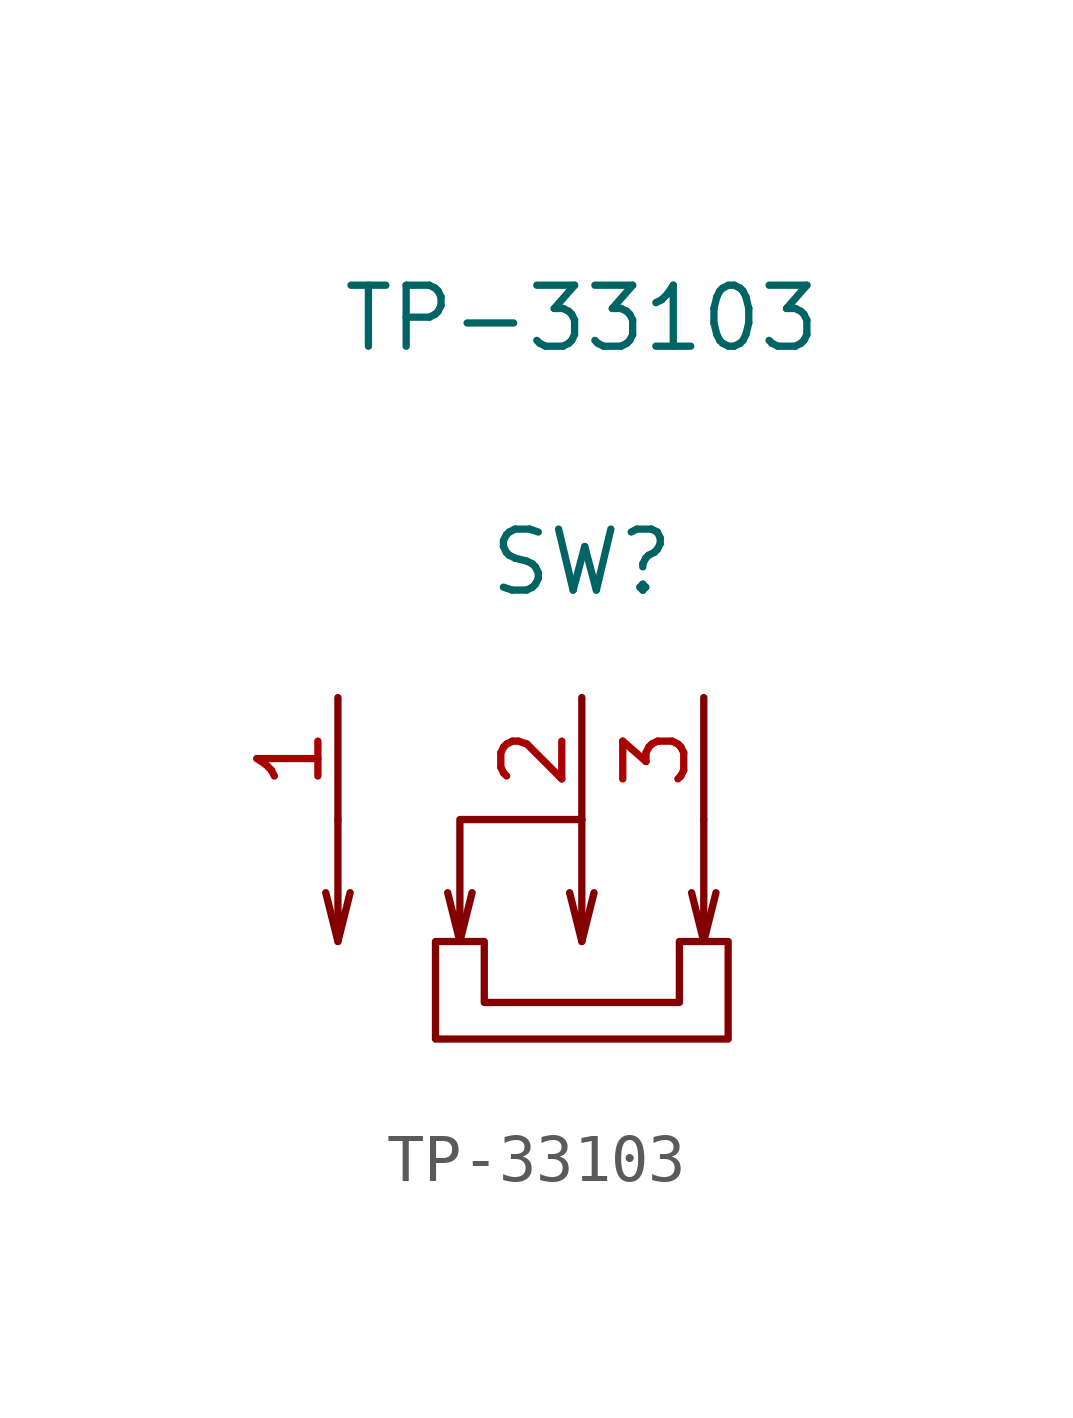
<source format=kicad_sym>
(kicad_symbol_lib
  (version 20211014)
  (generator kicad_symbol_editor)
  (symbol "TP-33103"
    (pin_names
      (offset 1.016) hide)
    (property "Reference" "SW"
      (at 0 5.359 0)
      (effects (font (size 1.27 1.27))))
    (property "Value" "TP-33103"
      (at 0 10.439 0)
      (effects (font (size 1.27 1.27))))
    (symbol "TP-33103_1_1"
      (polyline (pts (xy -5.08 -2.54) (xy -5.334 -1.524)) (stroke (width 0.152) (type default) (color 0 0 0 0)) (fill (type none)))
      (polyline (pts (xy -2.54 -2.54) (xy -2.286 -1.524)) (stroke (width 0.152) (type default) (color 0 0 0 0)) (fill (type none)))
      (polyline (pts (xy 0 -2.54) (xy 0.254 -1.524)) (stroke (width 0.152) (type default) (color 0 0 0 0)) (fill (type none)))
      (polyline (pts (xy 2.54 -2.54) (xy 2.794 -1.524)) (stroke (width 0.152) (type default) (color 0 0 0 0)) (fill (type none)))
      (polyline (pts (xy -5.08 0) (xy -5.08 -2.54) (xy -4.826 -1.524)) (stroke (width 0.152) (type default) (color 0 0 0 0)) (fill (type none)))
      (polyline (pts (xy 0 0) (xy 0 -2.54) (xy -0.254 -1.524)) (stroke (width 0.152) (type default) (color 0 0 0 0)) (fill (type none)))
      (polyline (pts (xy 2.54 0) (xy 2.54 -2.54) (xy 2.286 -1.524)) (stroke (width 0.152) (type default) (color 0 0 0 0)) (fill (type none)))
      (polyline (pts (xy 0 0) (xy -2.54 0) (xy -2.54 -2.54) (xy -2.794 -1.524)) (stroke (width 0.152) (type default) (color 0 0 0 0)) (fill (type none)))
      (polyline (pts (xy -3.048 -3.81) (xy -3.048 -2.54) (xy -2.032 -2.54) (xy -2.032 -3.81) (xy 2.032 -3.81) (xy 2.032 -3.302) (xy 2.032 -2.54) (xy 3.048 -2.54) (xy 3.048 -4.572) (xy -3.048 -4.572) (xy -3.048 -3.81)) (stroke (width 0.152) (type default) (color 0 0 0 0)) (fill (type none)))
      (pin input line (at -5.08 2.54 270) (length 2.54) (name "1" (effects (font (size 1.27 1.27)))) (number "1" (effects (font (size 1.27 1.27)))))
      (pin input line (at 0 2.54 270) (length 2.54) (name "2" (effects (font (size 1.27 1.27)))) (number "2" (effects (font (size 1.27 1.27)))))
      (pin input line (at 2.54 2.54 270) (length 2.54) (name "3" (effects (font (size 1.27 1.27)))) (number "3" (effects (font (size 1.27 1.27))))))))
</source>
